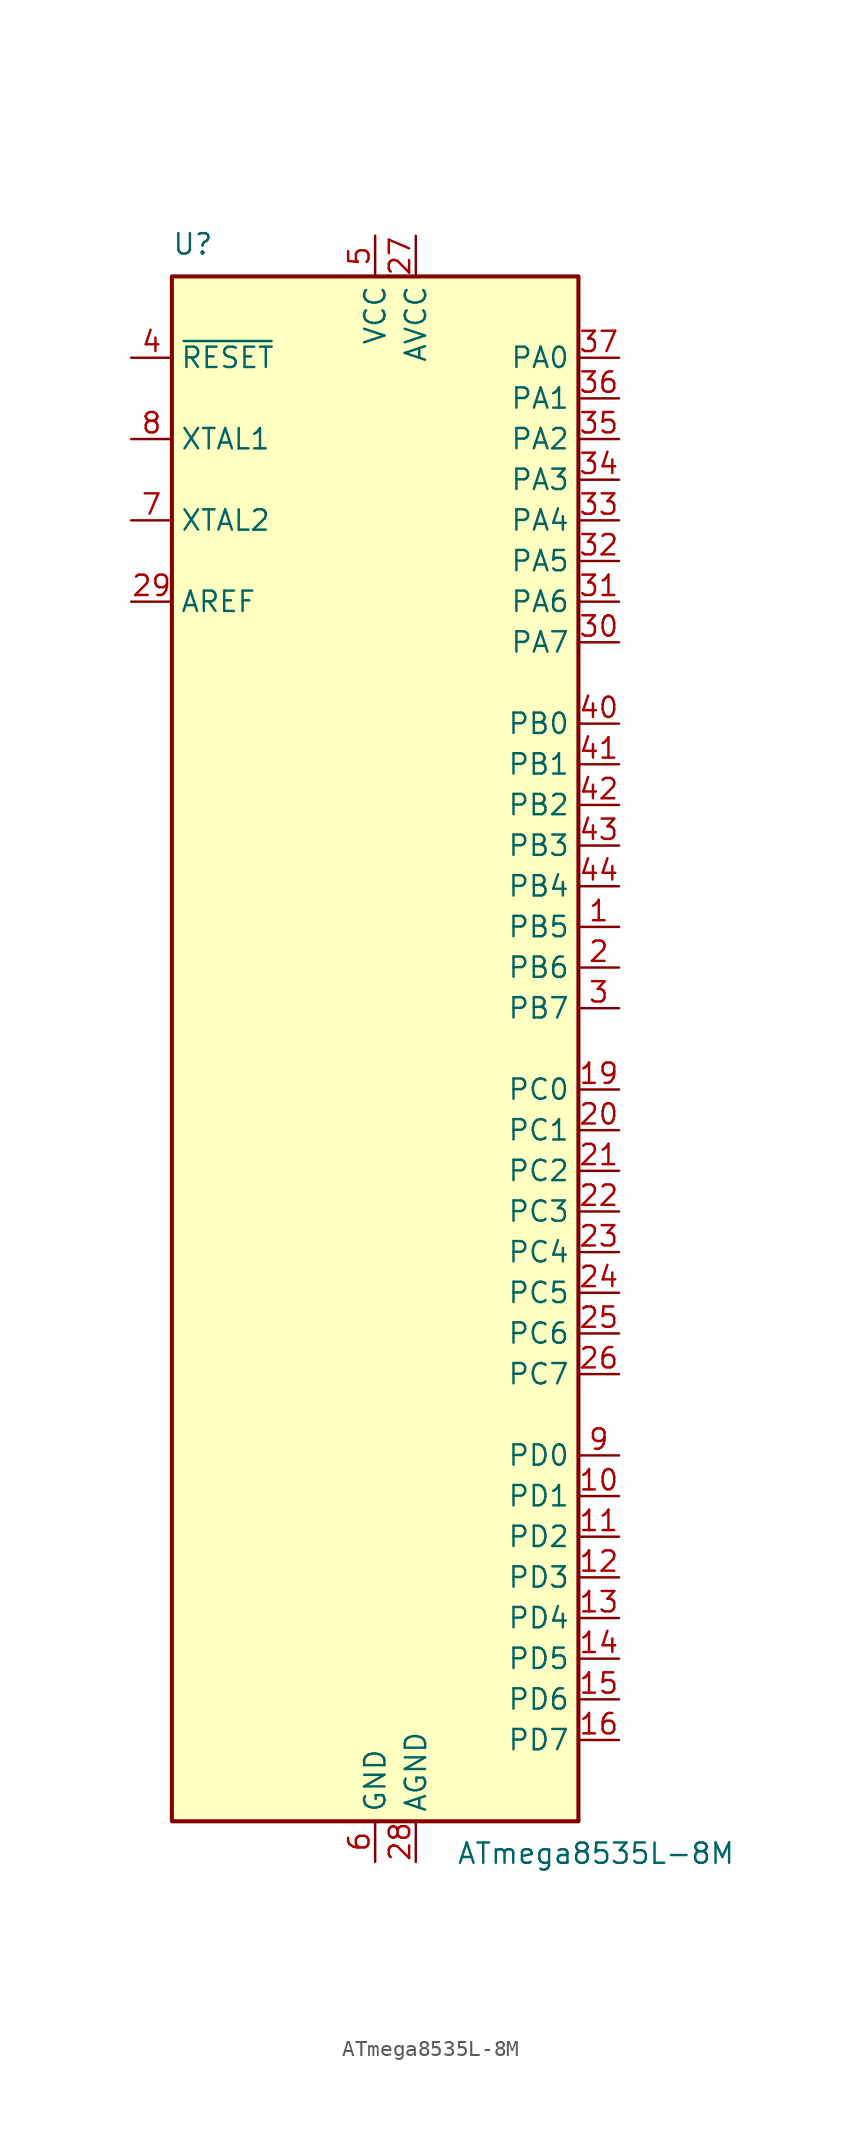
<source format=kicad_sym>
(kicad_symbol_lib
  (version 20201005)
  (generator kicad_symbol_editor)
  (symbol "MCU_Microchip_ATmega:ATmega8535L-8M"
    (property "Reference" "U"
      (at -12.7 49.53 0)
      (effects (font (size 1.27 1.27)) (justify left bottom)))
    (property "Value" "ATmega8535L-8M"
      (at 5.08 -49.53 0)
      (effects (font (size 1.27 1.27)) (justify left top)))
    (symbol "ATmega8535L-8M_0_1"
      (rectangle (start -12.7 -48.26) (end 12.7 48.26) (stroke (width 0.254)) (fill (type background))))
    (symbol "ATmega8535L-8M_1_1"
      (pin bidirectional line (at 15.24 7.62 180) (length 2.54) (name "PB5" (effects (font (size 1.27 1.27)))) (number "1" (effects (font (size 1.27 1.27)))))
      (pin bidirectional line (at 15.24 -27.94 180) (length 2.54) (name "PD1" (effects (font (size 1.27 1.27)))) (number "10" (effects (font (size 1.27 1.27)))))
      (pin bidirectional line (at 15.24 -30.48 180) (length 2.54) (name "PD2" (effects (font (size 1.27 1.27)))) (number "11" (effects (font (size 1.27 1.27)))))
      (pin bidirectional line (at 15.24 -33.02 180) (length 2.54) (name "PD3" (effects (font (size 1.27 1.27)))) (number "12" (effects (font (size 1.27 1.27)))))
      (pin bidirectional line (at 15.24 -35.56 180) (length 2.54) (name "PD4" (effects (font (size 1.27 1.27)))) (number "13" (effects (font (size 1.27 1.27)))))
      (pin bidirectional line (at 15.24 -38.1 180) (length 2.54) (name "PD5" (effects (font (size 1.27 1.27)))) (number "14" (effects (font (size 1.27 1.27)))))
      (pin bidirectional line (at 15.24 -40.64 180) (length 2.54) (name "PD6" (effects (font (size 1.27 1.27)))) (number "15" (effects (font (size 1.27 1.27)))))
      (pin bidirectional line (at 15.24 -43.18 180) (length 2.54) (name "PD7" (effects (font (size 1.27 1.27)))) (number "16" (effects (font (size 1.27 1.27)))))
      (pin passive line (at 0 50.8 270) (length 2.54) hide (name "VCC" (effects (font (size 1.27 1.27)))) (number "17" (effects (font (size 1.27 1.27)))))
      (pin passive line (at 0 -50.8 90) (length 2.54) hide (name "GND" (effects (font (size 1.27 1.27)))) (number "18" (effects (font (size 1.27 1.27)))))
      (pin bidirectional line (at 15.24 -2.54 180) (length 2.54) (name "PC0" (effects (font (size 1.27 1.27)))) (number "19" (effects (font (size 1.27 1.27)))))
      (pin bidirectional line (at 15.24 5.08 180) (length 2.54) (name "PB6" (effects (font (size 1.27 1.27)))) (number "2" (effects (font (size 1.27 1.27)))))
      (pin bidirectional line (at 15.24 -5.08 180) (length 2.54) (name "PC1" (effects (font (size 1.27 1.27)))) (number "20" (effects (font (size 1.27 1.27)))))
      (pin bidirectional line (at 15.24 -7.62 180) (length 2.54) (name "PC2" (effects (font (size 1.27 1.27)))) (number "21" (effects (font (size 1.27 1.27)))))
      (pin bidirectional line (at 15.24 -10.16 180) (length 2.54) (name "PC3" (effects (font (size 1.27 1.27)))) (number "22" (effects (font (size 1.27 1.27)))))
      (pin bidirectional line (at 15.24 -12.7 180) (length 2.54) (name "PC4" (effects (font (size 1.27 1.27)))) (number "23" (effects (font (size 1.27 1.27)))))
      (pin bidirectional line (at 15.24 -15.24 180) (length 2.54) (name "PC5" (effects (font (size 1.27 1.27)))) (number "24" (effects (font (size 1.27 1.27)))))
      (pin bidirectional line (at 15.24 -17.78 180) (length 2.54) (name "PC6" (effects (font (size 1.27 1.27)))) (number "25" (effects (font (size 1.27 1.27)))))
      (pin bidirectional line (at 15.24 -20.32 180) (length 2.54) (name "PC7" (effects (font (size 1.27 1.27)))) (number "26" (effects (font (size 1.27 1.27)))))
      (pin power_in line (at 2.54 50.8 270) (length 2.54) (name "AVCC" (effects (font (size 1.27 1.27)))) (number "27" (effects (font (size 1.27 1.27)))))
      (pin power_in line (at 2.54 -50.8 90) (length 2.54) (name "AGND" (effects (font (size 1.27 1.27)))) (number "28" (effects (font (size 1.27 1.27)))))
      (pin passive line (at -15.24 27.94 0) (length 2.54) (name "AREF" (effects (font (size 1.27 1.27)))) (number "29" (effects (font (size 1.27 1.27)))))
      (pin bidirectional line (at 15.24 2.54 180) (length 2.54) (name "PB7" (effects (font (size 1.27 1.27)))) (number "3" (effects (font (size 1.27 1.27)))))
      (pin bidirectional line (at 15.24 25.4 180) (length 2.54) (name "PA7" (effects (font (size 1.27 1.27)))) (number "30" (effects (font (size 1.27 1.27)))))
      (pin bidirectional line (at 15.24 27.94 180) (length 2.54) (name "PA6" (effects (font (size 1.27 1.27)))) (number "31" (effects (font (size 1.27 1.27)))))
      (pin bidirectional line (at 15.24 30.48 180) (length 2.54) (name "PA5" (effects (font (size 1.27 1.27)))) (number "32" (effects (font (size 1.27 1.27)))))
      (pin bidirectional line (at 15.24 33.02 180) (length 2.54) (name "PA4" (effects (font (size 1.27 1.27)))) (number "33" (effects (font (size 1.27 1.27)))))
      (pin bidirectional line (at 15.24 35.56 180) (length 2.54) (name "PA3" (effects (font (size 1.27 1.27)))) (number "34" (effects (font (size 1.27 1.27)))))
      (pin bidirectional line (at 15.24 38.1 180) (length 2.54) (name "PA2" (effects (font (size 1.27 1.27)))) (number "35" (effects (font (size 1.27 1.27)))))
      (pin bidirectional line (at 15.24 40.64 180) (length 2.54) (name "PA1" (effects (font (size 1.27 1.27)))) (number "36" (effects (font (size 1.27 1.27)))))
      (pin bidirectional line (at 15.24 43.18 180) (length 2.54) (name "PA0" (effects (font (size 1.27 1.27)))) (number "37" (effects (font (size 1.27 1.27)))))
      (pin passive line (at 0 50.8 270) (length 2.54) hide (name "VCC" (effects (font (size 1.27 1.27)))) (number "38" (effects (font (size 1.27 1.27)))))
      (pin passive line (at 0 -50.8 90) (length 2.54) hide (name "GND" (effects (font (size 1.27 1.27)))) (number "39" (effects (font (size 1.27 1.27)))))
      (pin input line (at -15.24 43.18 0) (length 2.54) (name "~RESET" (effects (font (size 1.27 1.27)))) (number "4" (effects (font (size 1.27 1.27)))))
      (pin bidirectional line (at 15.24 20.32 180) (length 2.54) (name "PB0" (effects (font (size 1.27 1.27)))) (number "40" (effects (font (size 1.27 1.27)))))
      (pin bidirectional line (at 15.24 17.78 180) (length 2.54) (name "PB1" (effects (font (size 1.27 1.27)))) (number "41" (effects (font (size 1.27 1.27)))))
      (pin bidirectional line (at 15.24 15.24 180) (length 2.54) (name "PB2" (effects (font (size 1.27 1.27)))) (number "42" (effects (font (size 1.27 1.27)))))
      (pin bidirectional line (at 15.24 12.7 180) (length 2.54) (name "PB3" (effects (font (size 1.27 1.27)))) (number "43" (effects (font (size 1.27 1.27)))))
      (pin bidirectional line (at 15.24 10.16 180) (length 2.54) (name "PB4" (effects (font (size 1.27 1.27)))) (number "44" (effects (font (size 1.27 1.27)))))
      (pin passive line (at 0 -50.8 90) (length 2.54) hide (name "GND" (effects (font (size 1.27 1.27)))) (number "45" (effects (font (size 1.27 1.27)))))
      (pin power_in line (at 0 50.8 270) (length 2.54) (name "VCC" (effects (font (size 1.27 1.27)))) (number "5" (effects (font (size 1.27 1.27)))))
      (pin power_in line (at 0 -50.8 90) (length 2.54) (name "GND" (effects (font (size 1.27 1.27)))) (number "6" (effects (font (size 1.27 1.27)))))
      (pin output line (at -15.24 33.02 0) (length 2.54) (name "XTAL2" (effects (font (size 1.27 1.27)))) (number "7" (effects (font (size 1.27 1.27)))))
      (pin input line (at -15.24 38.1 0) (length 2.54) (name "XTAL1" (effects (font (size 1.27 1.27)))) (number "8" (effects (font (size 1.27 1.27)))))
      (pin bidirectional line (at 15.24 -25.4 180) (length 2.54) (name "PD0" (effects (font (size 1.27 1.27)))) (number "9" (effects (font (size 1.27 1.27))))))))
</source>
